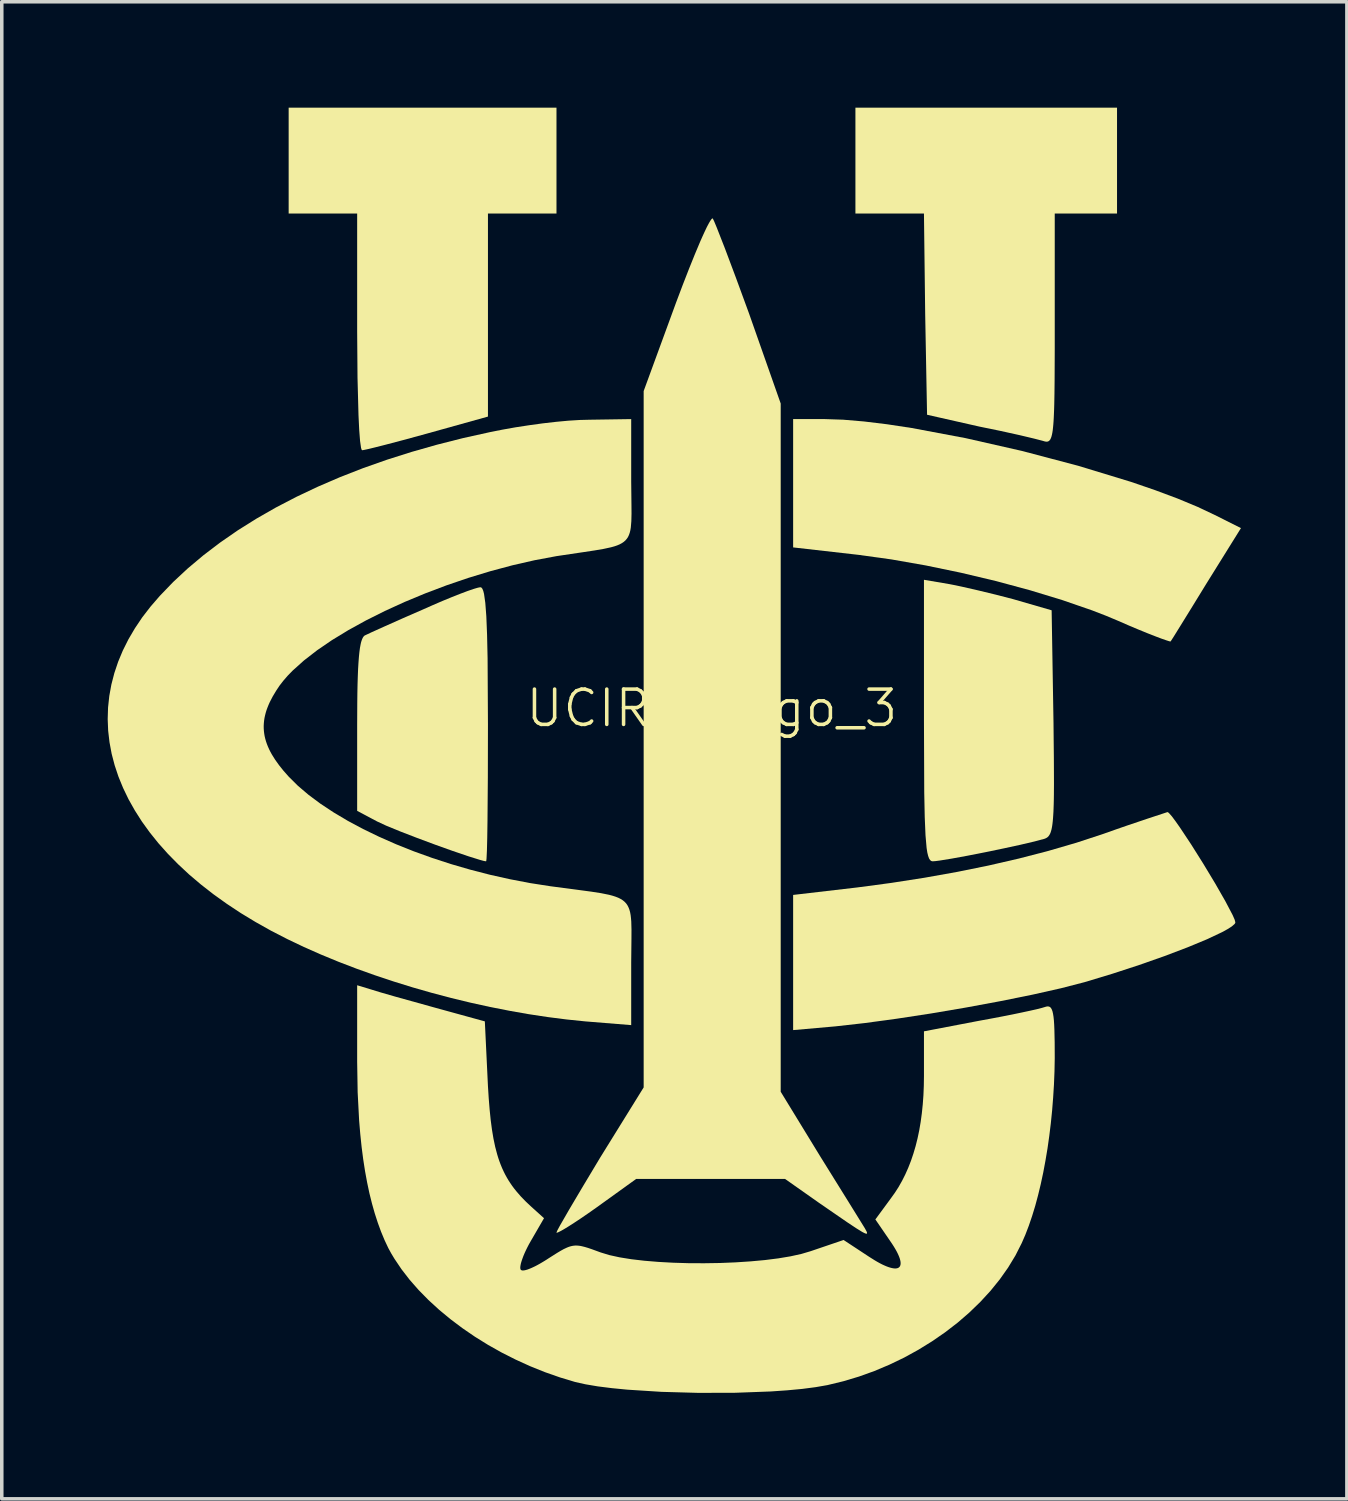
<source format=kicad_pcb>
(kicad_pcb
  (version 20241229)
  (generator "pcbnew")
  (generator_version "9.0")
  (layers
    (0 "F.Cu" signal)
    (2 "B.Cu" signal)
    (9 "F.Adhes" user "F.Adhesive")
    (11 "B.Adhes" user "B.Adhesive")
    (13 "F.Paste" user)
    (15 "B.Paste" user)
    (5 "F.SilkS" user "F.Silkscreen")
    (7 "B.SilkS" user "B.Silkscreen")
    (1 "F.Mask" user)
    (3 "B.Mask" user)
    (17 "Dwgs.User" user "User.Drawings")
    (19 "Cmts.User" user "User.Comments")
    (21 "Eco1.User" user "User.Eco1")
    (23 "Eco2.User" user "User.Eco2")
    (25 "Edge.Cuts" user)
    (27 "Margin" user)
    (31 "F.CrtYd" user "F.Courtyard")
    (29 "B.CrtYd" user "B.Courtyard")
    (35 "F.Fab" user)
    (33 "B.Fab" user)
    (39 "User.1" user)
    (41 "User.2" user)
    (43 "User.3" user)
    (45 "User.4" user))
  (footprint "UCIRP_Logo_3"
    (layer "F.Cu")
    (at 17.11 17.508)
    (property "Reference" "UCIRP_Logo_3" (at 0 -0.5 0) (unlocked yes) (layer "F.SilkS") (effects (font (size 1 1) (thickness 0.1))))
    (attr smd)
    (fp_poly (pts (xy -4.4 -14.51) (xy -6.341 -14.51) (xy -6.341 -8.76) (xy -8.052 -8.283) (xy -8.733 -8.097) (xy -9.308 -7.946) (xy -9.538 -7.888) (xy -9.718 -7.844) (xy -9.843 -7.817) (xy -9.882 -7.81) (xy -9.904 -7.807) (xy -9.92 -7.825) (xy -9.935 -7.876) (xy -9.963 -8.073) (xy -9.987 -8.384) (xy -10.007 -8.795) (xy -10.035 -9.861) (xy -10.045 -11.158) (xy -10.045 -14.51) (xy -11.985 -14.51) (xy -11.985 -17.508) (xy -4.4 -17.508)) (stroke (width 0) (type solid)) (fill yes) (layer "F.SilkS"))
    (fp_poly (pts (xy 3.718 -8.672) (xy 4.308 -8.622) (xy 4.96 -8.543) (xy 5.664 -8.436) (xy 7.184 -8.15) (xy 8.783 -7.787) (xy 10.374 -7.367) (xy 11.871 -6.911) (xy 12.558 -6.675) (xy 13.19 -6.439) (xy 13.755 -6.204) (xy 14.244 -5.973) (xy 14.985 -5.602) (xy 13.997 -4.015) (xy 13.619 -3.399) (xy 13.302 -2.886) (xy 13.082 -2.531) (xy 13.018 -2.431) (xy 12.992 -2.392) (xy 12.981 -2.392) (xy 12.955 -2.397) (xy 12.864 -2.426) (xy 12.724 -2.475) (xy 12.542 -2.544) (xy 12.323 -2.63) (xy 12.074 -2.732) (xy 11.801 -2.847) (xy 11.51 -2.974) (xy 11.154 -3.123) (xy 10.771 -3.271) (xy 9.932 -3.561) (xy 9.017 -3.84) (xy 8.051 -4.101) (xy 7.057 -4.337) (xy 6.06 -4.544) (xy 5.085 -4.715) (xy 4.155 -4.844) (xy 2.302 -5.055) (xy 2.302 -8.689) (xy 3.202 -8.689)) (stroke (width 0) (type solid)) (fill yes) (layer "F.SilkS"))
    (fp_poly (pts (xy 12.921 2.448) (xy 12.948 2.471) (xy 13.027 2.56) (xy 13.133 2.702) (xy 13.263 2.887) (xy 13.574 3.356) (xy 13.918 3.903) (xy 14.255 4.462) (xy 14.545 4.969) (xy 14.749 5.357) (xy 14.806 5.487) (xy 14.826 5.563) (xy 14.82 5.587) (xy 14.801 5.613) (xy 14.728 5.677) (xy 14.61 5.753) (xy 14.452 5.84) (xy 14.024 6.042) (xy 13.472 6.271) (xy 12.823 6.518) (xy 12.103 6.771) (xy 11.338 7.021) (xy 10.557 7.257) (xy 9.891 7.429) (xy 9.083 7.611) (xy 8.173 7.795) (xy 7.202 7.975) (xy 6.209 8.144) (xy 5.234 8.293) (xy 4.319 8.417) (xy 3.502 8.509) (xy 2.302 8.615) (xy 2.302 4.787) (xy 4.119 4.575) (xy 5.077 4.447) (xy 6.017 4.301) (xy 6.935 4.137) (xy 7.828 3.956) (xy 8.693 3.757) (xy 9.527 3.541) (xy 10.326 3.308) (xy 11.087 3.058) (xy 11.431 2.936) (xy 11.757 2.823) (xy 12.326 2.631) (xy 12.903 2.441)) (stroke (width 0) (type solid)) (fill yes) (layer "F.SilkS"))
    (fp_poly (pts (xy 11.475 -14.51) (xy 9.711 -14.51) (xy 9.711 -11.229) (xy 9.711 -10.681) (xy 9.709 -10.198) (xy 9.707 -9.776) (xy 9.703 -9.411) (xy 9.7 -9.249) (xy 9.697 -9.1) (xy 9.693 -8.963) (xy 9.688 -8.838) (xy 9.683 -8.724) (xy 9.677 -8.621) (xy 9.67 -8.529) (xy 9.662 -8.446) (xy 9.654 -8.373) (xy 9.644 -8.309) (xy 9.633 -8.253) (xy 9.627 -8.229) (xy 9.621 -8.206) (xy 9.615 -8.184) (xy 9.608 -8.165) (xy 9.601 -8.148) (xy 9.594 -8.132) (xy 9.587 -8.117) (xy 9.579 -8.105) (xy 9.57 -8.094) (xy 9.562 -8.084) (xy 9.553 -8.075) (xy 9.544 -8.068) (xy 9.534 -8.062) (xy 9.524 -8.058) (xy 9.514 -8.054) (xy 9.504 -8.052) (xy 9.493 -8.05) (xy 9.481 -8.05) (xy 9.469 -8.05) (xy 9.457 -8.051) (xy 9.432 -8.056) (xy 9.405 -8.063) (xy 9.376 -8.072) (xy 9.134 -8.135) (xy 8.714 -8.235) (xy 8.175 -8.354) (xy 7.576 -8.477) (xy 6.095 -8.812) (xy 6.042 -11.652) (xy 6.007 -14.51) (xy 4.066 -14.51) (xy 4.066 -17.508) (xy 11.475 -17.508)) (stroke (width 0) (type solid)) (fill yes) (layer "F.SilkS"))
    (fp_poly (pts (xy 0.027 -14.369) (xy 0.065 -14.291) (xy 0.137 -14.118) (xy 0.367 -13.531) (xy 0.682 -12.692) (xy 1.05 -11.688) (xy 1.95 -9.13) (xy 1.95 10.361) (xy 3.061 12.178) (xy 3.894 13.518) (xy 4.331 14.224) (xy 4.382 14.318) (xy 4.394 14.35) (xy 4.395 14.371) (xy 4.391 14.378) (xy 4.383 14.381) (xy 4.358 14.378) (xy 4.318 14.362) (xy 4.26 14.332) (xy 4.09 14.227) (xy 3.835 14.058) (xy 3.026 13.501) (xy 2.073 12.83) (xy -2.143 12.83) (xy -3.271 13.642) (xy -3.497 13.801) (xy -3.708 13.946) (xy -3.9 14.073) (xy -4.067 14.18) (xy -4.141 14.225) (xy -4.206 14.264) (xy -4.263 14.296) (xy -4.311 14.321) (xy -4.349 14.34) (xy -4.377 14.35) (xy -4.387 14.353) (xy -4.394 14.353) (xy -4.399 14.351) (xy -4.4 14.347) (xy -4.375 14.287) (xy -4.302 14.151) (xy -4.034 13.686) (xy -3.641 13.023) (xy -3.166 12.231) (xy -1.931 10.238) (xy -1.931 -9.483) (xy -1.014 -11.987) (xy -0.825 -12.488) (xy -0.645 -12.95) (xy -0.478 -13.364) (xy -0.328 -13.721) (xy -0.26 -13.874) (xy -0.198 -14.009) (xy -0.143 -14.125) (xy -0.093 -14.22) (xy -0.051 -14.293) (xy -0.017 -14.343) (xy -0.003 -14.359) (xy 0.009 -14.369) (xy 0.019 -14.372)) (stroke (width 0) (type solid)) (fill yes) (layer "F.SilkS"))
    (fp_poly (pts (xy -6.524 -3.916) (xy -6.498 -3.882) (xy -6.474 -3.824) (xy -6.452 -3.739) (xy -6.416 -3.485) (xy -6.387 -3.104) (xy -6.366 -2.584) (xy -6.351 -1.91) (xy -6.341 -0.046) (xy -6.344 1.461) (xy -6.354 2.695) (xy -6.361 3.17) (xy -6.37 3.528) (xy -6.381 3.755) (xy -6.387 3.814) (xy -6.394 3.835) (xy -6.455 3.825) (xy -6.563 3.796) (xy -6.893 3.693) (xy -7.335 3.543) (xy -7.838 3.363) (xy -8.353 3.171) (xy -8.832 2.986) (xy -9.224 2.825) (xy -9.48 2.706) (xy -10.045 2.406) (xy -10.045 -0.028) (xy -10.042 -0.651) (xy -10.039 -0.925) (xy -10.034 -1.174) (xy -10.027 -1.4) (xy -10.019 -1.604) (xy -10.008 -1.786) (xy -9.996 -1.947) (xy -9.982 -2.087) (xy -9.966 -2.208) (xy -9.947 -2.31) (xy -9.937 -2.355) (xy -9.926 -2.395) (xy -9.914 -2.43) (xy -9.902 -2.462) (xy -9.889 -2.489) (xy -9.876 -2.513) (xy -9.862 -2.532) (xy -9.847 -2.548) (xy -9.832 -2.56) (xy -9.815 -2.568) (xy -9.626 -2.657) (xy -9.255 -2.824) (xy -8.759 -3.045) (xy -8.193 -3.292) (xy -7.904 -3.42) (xy -7.626 -3.54) (xy -7.365 -3.647) (xy -7.128 -3.741) (xy -6.921 -3.819) (xy -6.752 -3.877) (xy -6.683 -3.898) (xy -6.626 -3.914) (xy -6.583 -3.923) (xy -6.552 -3.927)) (stroke (width 0) (type solid)) (fill yes) (layer "F.SilkS"))
    (fp_poly (pts (xy 6.73 -4.015) (xy 6.894 -3.983) (xy 7.09 -3.941) (xy 7.55 -3.836) (xy 8.049 -3.715) (xy 8.529 -3.591) (xy 9.623 -3.274) (xy 9.676 -0.081) (xy 9.681 0.434) (xy 9.686 0.892) (xy 9.688 1.295) (xy 9.689 1.647) (xy 9.687 1.952) (xy 9.685 2.087) (xy 9.682 2.213) (xy 9.678 2.328) (xy 9.674 2.433) (xy 9.668 2.53) (xy 9.662 2.618) (xy 9.655 2.697) (xy 9.647 2.769) (xy 9.638 2.833) (xy 9.628 2.89) (xy 9.617 2.941) (xy 9.604 2.986) (xy 9.591 3.025) (xy 9.584 3.043) (xy 9.576 3.059) (xy 9.568 3.074) (xy 9.56 3.088) (xy 9.552 3.101) (xy 9.543 3.113) (xy 9.534 3.125) (xy 9.525 3.135) (xy 9.515 3.144) (xy 9.505 3.153) (xy 9.494 3.161) (xy 9.483 3.168) (xy 9.461 3.18) (xy 9.437 3.191) (xy 9.411 3.2) (xy 9.14 3.272) (xy 8.741 3.366) (xy 8.262 3.47) (xy 7.746 3.577) (xy 7.242 3.676) (xy 6.794 3.758) (xy 6.449 3.814) (xy 6.33 3.829) (xy 6.254 3.835) (xy 6.216 3.827) (xy 6.182 3.801) (xy 6.152 3.754) (xy 6.126 3.683) (xy 6.102 3.585) (xy 6.082 3.457) (xy 6.051 3.098) (xy 6.029 2.582) (xy 6.015 1.885) (xy 6.007 -0.152) (xy 6.007 -4.138)) (stroke (width 0) (type solid)) (fill yes) (layer "F.SilkS"))
    (fp_poly (pts (xy -2.284 -6.925) (xy -2.277 -6.272) (xy -2.275 -6.015) (xy -2.28 -5.798) (xy -2.295 -5.618) (xy -2.308 -5.54) (xy -2.326 -5.469) (xy -2.348 -5.406) (xy -2.375 -5.349) (xy -2.409 -5.298) (xy -2.449 -5.252) (xy -2.496 -5.211) (xy -2.551 -5.174) (xy -2.613 -5.141) (xy -2.684 -5.111) (xy -2.764 -5.084) (xy -2.854 -5.059) (xy -3.065 -5.013) (xy -3.321 -4.969) (xy -3.626 -4.923) (xy -4.4 -4.808) (xy -5.02 -4.692) (xy -5.646 -4.549) (xy -6.274 -4.381) (xy -6.898 -4.191) (xy -7.514 -3.981) (xy -8.116 -3.753) (xy -8.701 -3.51) (xy -9.262 -3.254) (xy -9.795 -2.987) (xy -10.296 -2.711) (xy -10.759 -2.429) (xy -11.179 -2.142) (xy -11.552 -1.853) (xy -11.873 -1.565) (xy -12.012 -1.422) (xy -12.136 -1.279) (xy -12.245 -1.138) (xy -12.338 -0.998) (xy -12.436 -0.835) (xy -12.518 -0.677) (xy -12.553 -0.599) (xy -12.584 -0.522) (xy -12.612 -0.446) (xy -12.635 -0.37) (xy -12.654 -0.295) (xy -12.67 -0.221) (xy -12.681 -0.147) (xy -12.688 -0.073) (xy -12.692 0) (xy -12.691 0.073) (xy -12.686 0.146) (xy -12.677 0.219) (xy -12.665 0.291) (xy -12.648 0.364) (xy -12.627 0.437) (xy -12.602 0.51) (xy -12.573 0.584) (xy -12.54 0.658) (xy -12.503 0.732) (xy -12.462 0.807) (xy -12.367 0.959) (xy -12.256 1.114) (xy -12.129 1.273) (xy -11.985 1.436) (xy -11.723 1.696) (xy -11.422 1.952) (xy -11.085 2.203) (xy -10.713 2.449) (xy -10.311 2.688) (xy -9.88 2.919) (xy -9.423 3.14) (xy -8.942 3.352) (xy -8.441 3.552) (xy -7.922 3.739) (xy -7.388 3.913) (xy -6.841 4.072) (xy -6.283 4.216) (xy -5.718 4.342) (xy -5.149 4.451) (xy -4.577 4.54) (xy -3.744 4.65) (xy -3.415 4.694) (xy -3.139 4.737) (xy -2.912 4.783) (xy -2.814 4.809) (xy -2.727 4.837) (xy -2.65 4.867) (xy -2.582 4.901) (xy -2.522 4.939) (xy -2.471 4.981) (xy -2.427 5.028) (xy -2.39 5.081) (xy -2.36 5.14) (xy -2.335 5.205) (xy -2.315 5.277) (xy -2.3 5.357) (xy -2.29 5.445) (xy -2.282 5.542) (xy -2.276 5.764) (xy -2.277 6.027) (xy -2.284 6.692) (xy -2.284 8.474) (xy -3.589 8.368) (xy -4.113 8.314) (xy -4.646 8.246) (xy -5.187 8.164) (xy -5.732 8.068) (xy -6.281 7.96) (xy -6.832 7.839) (xy -7.382 7.706) (xy -7.93 7.561) (xy -8.475 7.405) (xy -9.013 7.238) (xy -9.544 7.061) (xy -10.065 6.875) (xy -10.576 6.679) (xy -11.073 6.474) (xy -11.555 6.261) (xy -12.02 6.039) (xy -12.481 5.802) (xy -12.921 5.555) (xy -13.34 5.301) (xy -13.738 5.038) (xy -14.115 4.768) (xy -14.47 4.491) (xy -14.804 4.208) (xy -15.115 3.918) (xy -15.405 3.623) (xy -15.673 3.323) (xy -15.918 3.018) (xy -16.141 2.709) (xy -16.341 2.395) (xy -16.519 2.079) (xy -16.673 1.76) (xy -16.805 1.438) (xy -16.913 1.114) (xy -16.998 0.789) (xy -17.059 0.462) (xy -17.097 0.135) (xy -17.11 -0.192) (xy -17.1 -0.519) (xy -17.065 -0.846) (xy -17.006 -1.171) (xy -16.922 -1.495) (xy -16.814 -1.817) (xy -16.681 -2.136) (xy -16.523 -2.452) (xy -16.339 -2.765) (xy -16.131 -3.075) (xy -15.896 -3.379) (xy -15.636 -3.68) (xy -15.254 -4.077) (xy -14.84 -4.462) (xy -14.397 -4.834) (xy -13.925 -5.193) (xy -13.425 -5.539) (xy -12.897 -5.87) (xy -12.343 -6.187) (xy -11.762 -6.489) (xy -11.157 -6.775) (xy -10.528 -7.046) (xy -9.875 -7.301) (xy -9.199 -7.539) (xy -8.502 -7.76) (xy -7.784 -7.964) (xy -7.046 -8.151) (xy -6.288 -8.319) (xy -5.936 -8.389) (xy -5.561 -8.456) (xy -5.176 -8.515) (xy -4.791 -8.568) (xy -4.416 -8.611) (xy -4.063 -8.644) (xy -3.742 -8.664) (xy -3.465 -8.671) (xy -2.284 -8.689)) (stroke (width 0) (type solid)) (fill yes) (layer "F.SilkS"))
    (fp_poly (pts (xy -9.639 7.468) (xy -9.378 7.548) (xy -8.951 7.671) (xy -7.84 7.98) (xy -6.429 8.368) (xy -6.341 10.202) (xy -6.319 10.549) (xy -6.293 10.869) (xy -6.263 11.164) (xy -6.227 11.436) (xy -6.185 11.688) (xy -6.136 11.921) (xy -6.079 12.136) (xy -6.048 12.238) (xy -6.014 12.337) (xy -5.978 12.432) (xy -5.94 12.524) (xy -5.899 12.613) (xy -5.856 12.7) (xy -5.81 12.784) (xy -5.762 12.866) (xy -5.71 12.946) (xy -5.656 13.025) (xy -5.599 13.102) (xy -5.538 13.178) (xy -5.408 13.328) (xy -5.264 13.476) (xy -5.106 13.624) (xy -4.753 13.942) (xy -5.141 14.612) (xy -5.18 14.681) (xy -5.216 14.75) (xy -5.25 14.818) (xy -5.282 14.885) (xy -5.311 14.95) (xy -5.337 15.012) (xy -5.359 15.072) (xy -5.379 15.128) (xy -5.396 15.181) (xy -5.409 15.229) (xy -5.418 15.273) (xy -5.424 15.311) (xy -5.425 15.329) (xy -5.426 15.345) (xy -5.425 15.359) (xy -5.423 15.372) (xy -5.421 15.383) (xy -5.417 15.392) (xy -5.412 15.4) (xy -5.406 15.406) (xy -5.398 15.412) (xy -5.389 15.416) (xy -5.379 15.42) (xy -5.367 15.422) (xy -5.338 15.422) (xy -5.304 15.418) (xy -5.265 15.409) (xy -5.221 15.396) (xy -5.173 15.378) (xy -5.121 15.357) (xy -5.066 15.332) (xy -5.007 15.304) (xy -4.946 15.272) (xy -4.882 15.237) (xy -4.817 15.199) (xy -4.75 15.159) (xy -4.681 15.116) (xy -4.612 15.071) (xy -4.383 14.926) (xy -4.286 14.868) (xy -4.2 14.82) (xy -4.12 14.782) (xy -4.083 14.766) (xy -4.046 14.752) (xy -4.011 14.741) (xy -3.976 14.732) (xy -3.941 14.725) (xy -3.906 14.72) (xy -3.872 14.717) (xy -3.836 14.717) (xy -3.8 14.718) (xy -3.763 14.722) (xy -3.725 14.727) (xy -3.685 14.735) (xy -3.6 14.756) (xy -3.506 14.784) (xy -3.4 14.82) (xy -3.148 14.912) (xy -2.906 14.986) (xy -2.615 15.05) (xy -2.281 15.104) (xy -1.912 15.147) (xy -1.513 15.18) (xy -1.094 15.203) (xy -0.659 15.216) (xy -0.216 15.218) (xy 0.229 15.211) (xy 0.667 15.193) (xy 1.094 15.165) (xy 1.5 15.128) (xy 1.881 15.08) (xy 2.228 15.022) (xy 2.536 14.954) (xy 2.796 14.877) (xy 3.731 14.559) (xy 4.454 15.035) (xy 4.613 15.135) (xy 4.686 15.178) (xy 4.757 15.217) (xy 4.823 15.251) (xy 4.886 15.28) (xy 4.944 15.305) (xy 5 15.326) (xy 5.051 15.342) (xy 5.098 15.354) (xy 5.141 15.362) (xy 5.181 15.366) (xy 5.216 15.365) (xy 5.247 15.36) (xy 5.274 15.351) (xy 5.297 15.337) (xy 5.315 15.32) (xy 5.329 15.299) (xy 5.339 15.273) (xy 5.345 15.244) (xy 5.346 15.211) (xy 5.343 15.173) (xy 5.335 15.132) (xy 5.323 15.087) (xy 5.306 15.039) (xy 5.284 14.986) (xy 5.258 14.93) (xy 5.227 14.87) (xy 5.191 14.807) (xy 5.15 14.739) (xy 5.105 14.669) (xy 5.054 14.594) (xy 4.631 13.977) (xy 5.072 13.377) (xy 5.184 13.221) (xy 5.289 13.057) (xy 5.387 12.884) (xy 5.478 12.703) (xy 5.562 12.514) (xy 5.639 12.317) (xy 5.708 12.113) (xy 5.771 11.9) (xy 5.826 11.679) (xy 5.874 11.451) (xy 5.914 11.215) (xy 5.947 10.971) (xy 5.973 10.72) (xy 5.992 10.461) (xy 6.003 10.194) (xy 6.007 9.92) (xy 6.007 8.65) (xy 7.576 8.35) (xy 7.903 8.29) (xy 8.218 8.23) (xy 8.513 8.172) (xy 8.78 8.116) (xy 9.013 8.066) (xy 9.204 8.023) (xy 9.345 7.987) (xy 9.429 7.962) (xy 9.472 7.949) (xy 9.512 7.944) (xy 9.546 7.948) (xy 9.577 7.962) (xy 9.603 7.988) (xy 9.626 8.028) (xy 9.646 8.081) (xy 9.662 8.15) (xy 9.676 8.235) (xy 9.687 8.338) (xy 9.695 8.461) (xy 9.701 8.605) (xy 9.709 8.958) (xy 9.711 9.408) (xy 9.704 9.78) (xy 9.689 10.151) (xy 9.666 10.521) (xy 9.637 10.889) (xy 9.6 11.254) (xy 9.556 11.613) (xy 9.506 11.967) (xy 9.448 12.312) (xy 9.385 12.649) (xy 9.315 12.976) (xy 9.239 13.291) (xy 9.158 13.593) (xy 9.07 13.881) (xy 8.977 14.154) (xy 8.879 14.41) (xy 8.776 14.647) (xy 8.598 14.998) (xy 8.39 15.341) (xy 8.154 15.675) (xy 7.891 16) (xy 7.603 16.313) (xy 7.292 16.614) (xy 6.959 16.902) (xy 6.606 17.174) (xy 6.235 17.43) (xy 5.848 17.669) (xy 5.446 17.89) (xy 5.03 18.09) (xy 4.604 18.27) (xy 4.167 18.427) (xy 3.723 18.56) (xy 3.273 18.669) (xy 2.94 18.727) (xy 2.557 18.777) (xy 2.13 18.817) (xy 1.668 18.849) (xy 0.667 18.886) (xy -0.385 18.889) (xy -1.426 18.86) (xy -2.395 18.798) (xy -2.834 18.755) (xy -3.231 18.705) (xy -3.579 18.646) (xy -3.871 18.581) (xy -4.302 18.451) (xy -4.727 18.302) (xy -5.145 18.134) (xy -5.554 17.948) (xy -5.952 17.747) (xy -6.338 17.53) (xy -6.71 17.299) (xy -7.066 17.055) (xy -7.405 16.8) (xy -7.726 16.534) (xy -8.026 16.259) (xy -8.304 15.976) (xy -8.558 15.687) (xy -8.787 15.391) (xy -8.989 15.091) (xy -9.08 14.94) (xy -9.163 14.788) (xy -9.269 14.563) (xy -9.368 14.325) (xy -9.46 14.073) (xy -9.546 13.808) (xy -9.625 13.529) (xy -9.698 13.236) (xy -9.763 12.929) (xy -9.822 12.608) (xy -9.874 12.272) (xy -9.919 11.923) (xy -9.957 11.558) (xy -9.989 11.179) (xy -10.031 10.377) (xy -10.045 9.514) (xy -10.045 7.345)) (stroke (width 0) (type solid)) (fill yes) (layer "F.SilkS")))
  (gr_rect
    (start -3 -3)
    (end 35.095 39.398)
    (stroke (width 0.1) (type default))
    (fill no)
    (layer "Edge.Cuts")))
</source>
